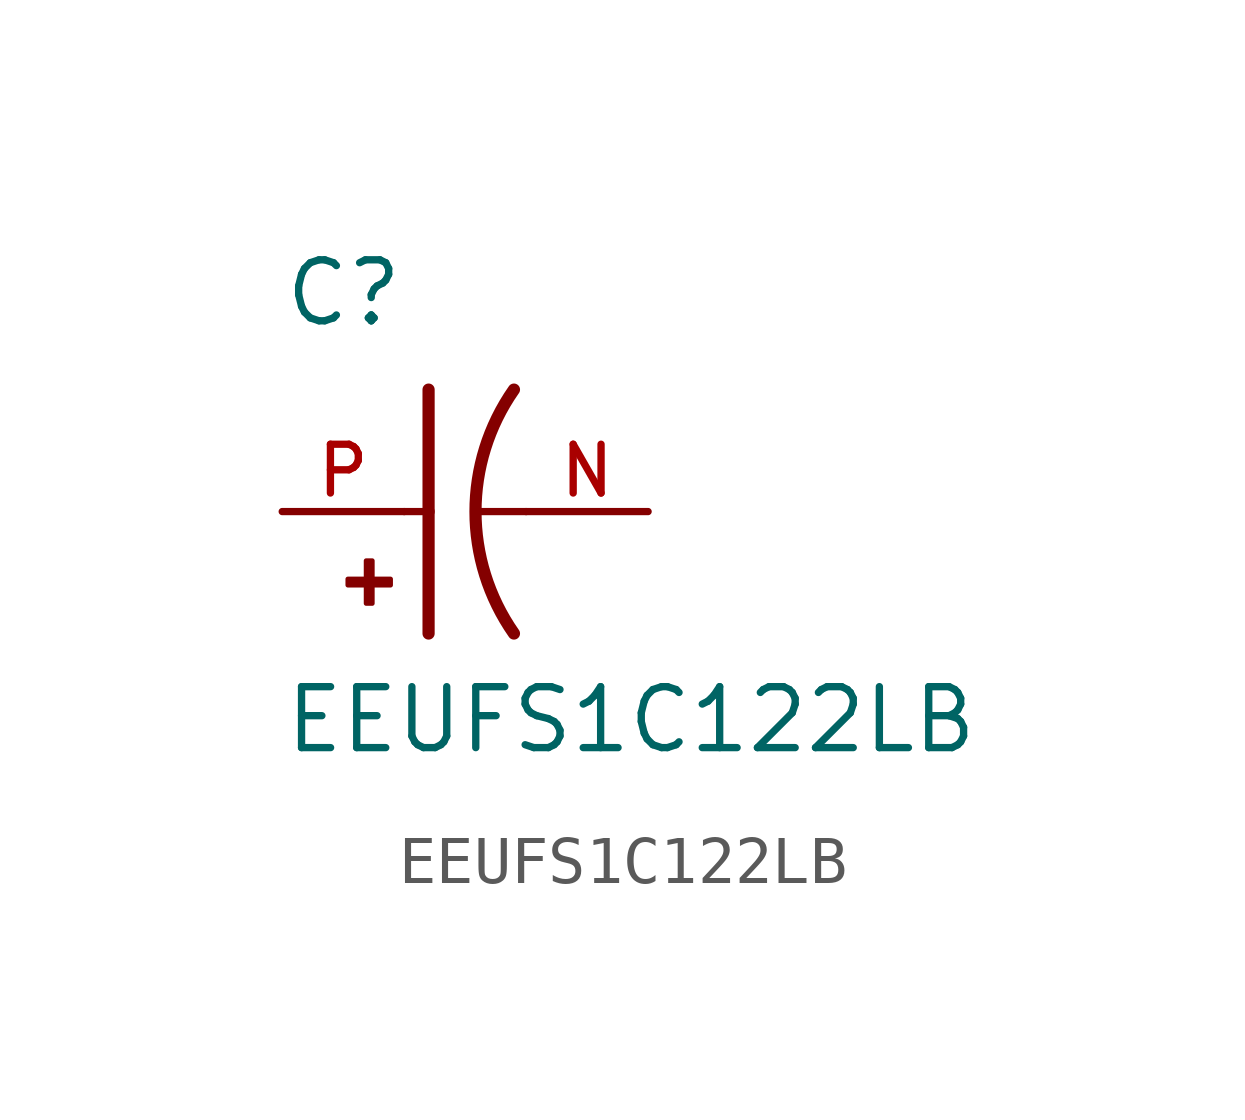
<source format=kicad_sym>
(kicad_symbol_lib
  (version 20211014)
  (generator kicad_symbol_editor)
  (symbol "EEUFS1C122LB"
    (pin_names
      (offset 1.016))
    (property "Reference" "C"
      (at -2.54 3.81 0)
      (effects (font (size 1.27 1.27)) (justify bottom left)))
    (property "Value" "EEUFS1C122LB"
      (at -2.54 -5.08 0)
      (effects (font (size 1.27 1.27)) (justify bottom left)))
    (symbol "EEUFS1C122LB_0_0"
      (arc (start 2.286 -2.54) (mid 1.4851 -0.0) (end 2.286 2.54) (stroke (width 0.254) (type default) (color 0 0 0 0)) (fill (type none)))
      (polyline (pts (xy 0.508 2.54) (xy 0.508 0.0)) (stroke (width 0.254)))
      (rectangle (start -1.173 -1.532) (end -0.284 -1.405) (stroke (width 0.1)) (fill (type outline)))
      (rectangle (start -0.792 -1.913) (end -0.665 -1.024) (stroke (width 0.1)) (fill (type outline)))
      (polyline (pts (xy 0.508 0.0) (xy 0.508 -2.54)) (stroke (width 0.254)))
      (polyline (pts (xy 0.0 0.0) (xy 0.508 0.0)) (stroke (width 0.152)))
      (polyline (pts (xy 2.54 0.0) (xy 1.524 0.0)) (stroke (width 0.152)))
      (pin passive line (at -2.54 0.0 0) (length 2.54) (name "~" (effects (font (size 1.016 1.016)))) (number "P" (effects (font (size 1.016 1.016)))))
      (pin passive line (at 5.08 0.0 180.0) (length 2.54) (name "~" (effects (font (size 1.016 1.016)))) (number "N" (effects (font (size 1.016 1.016))))))))
</source>
